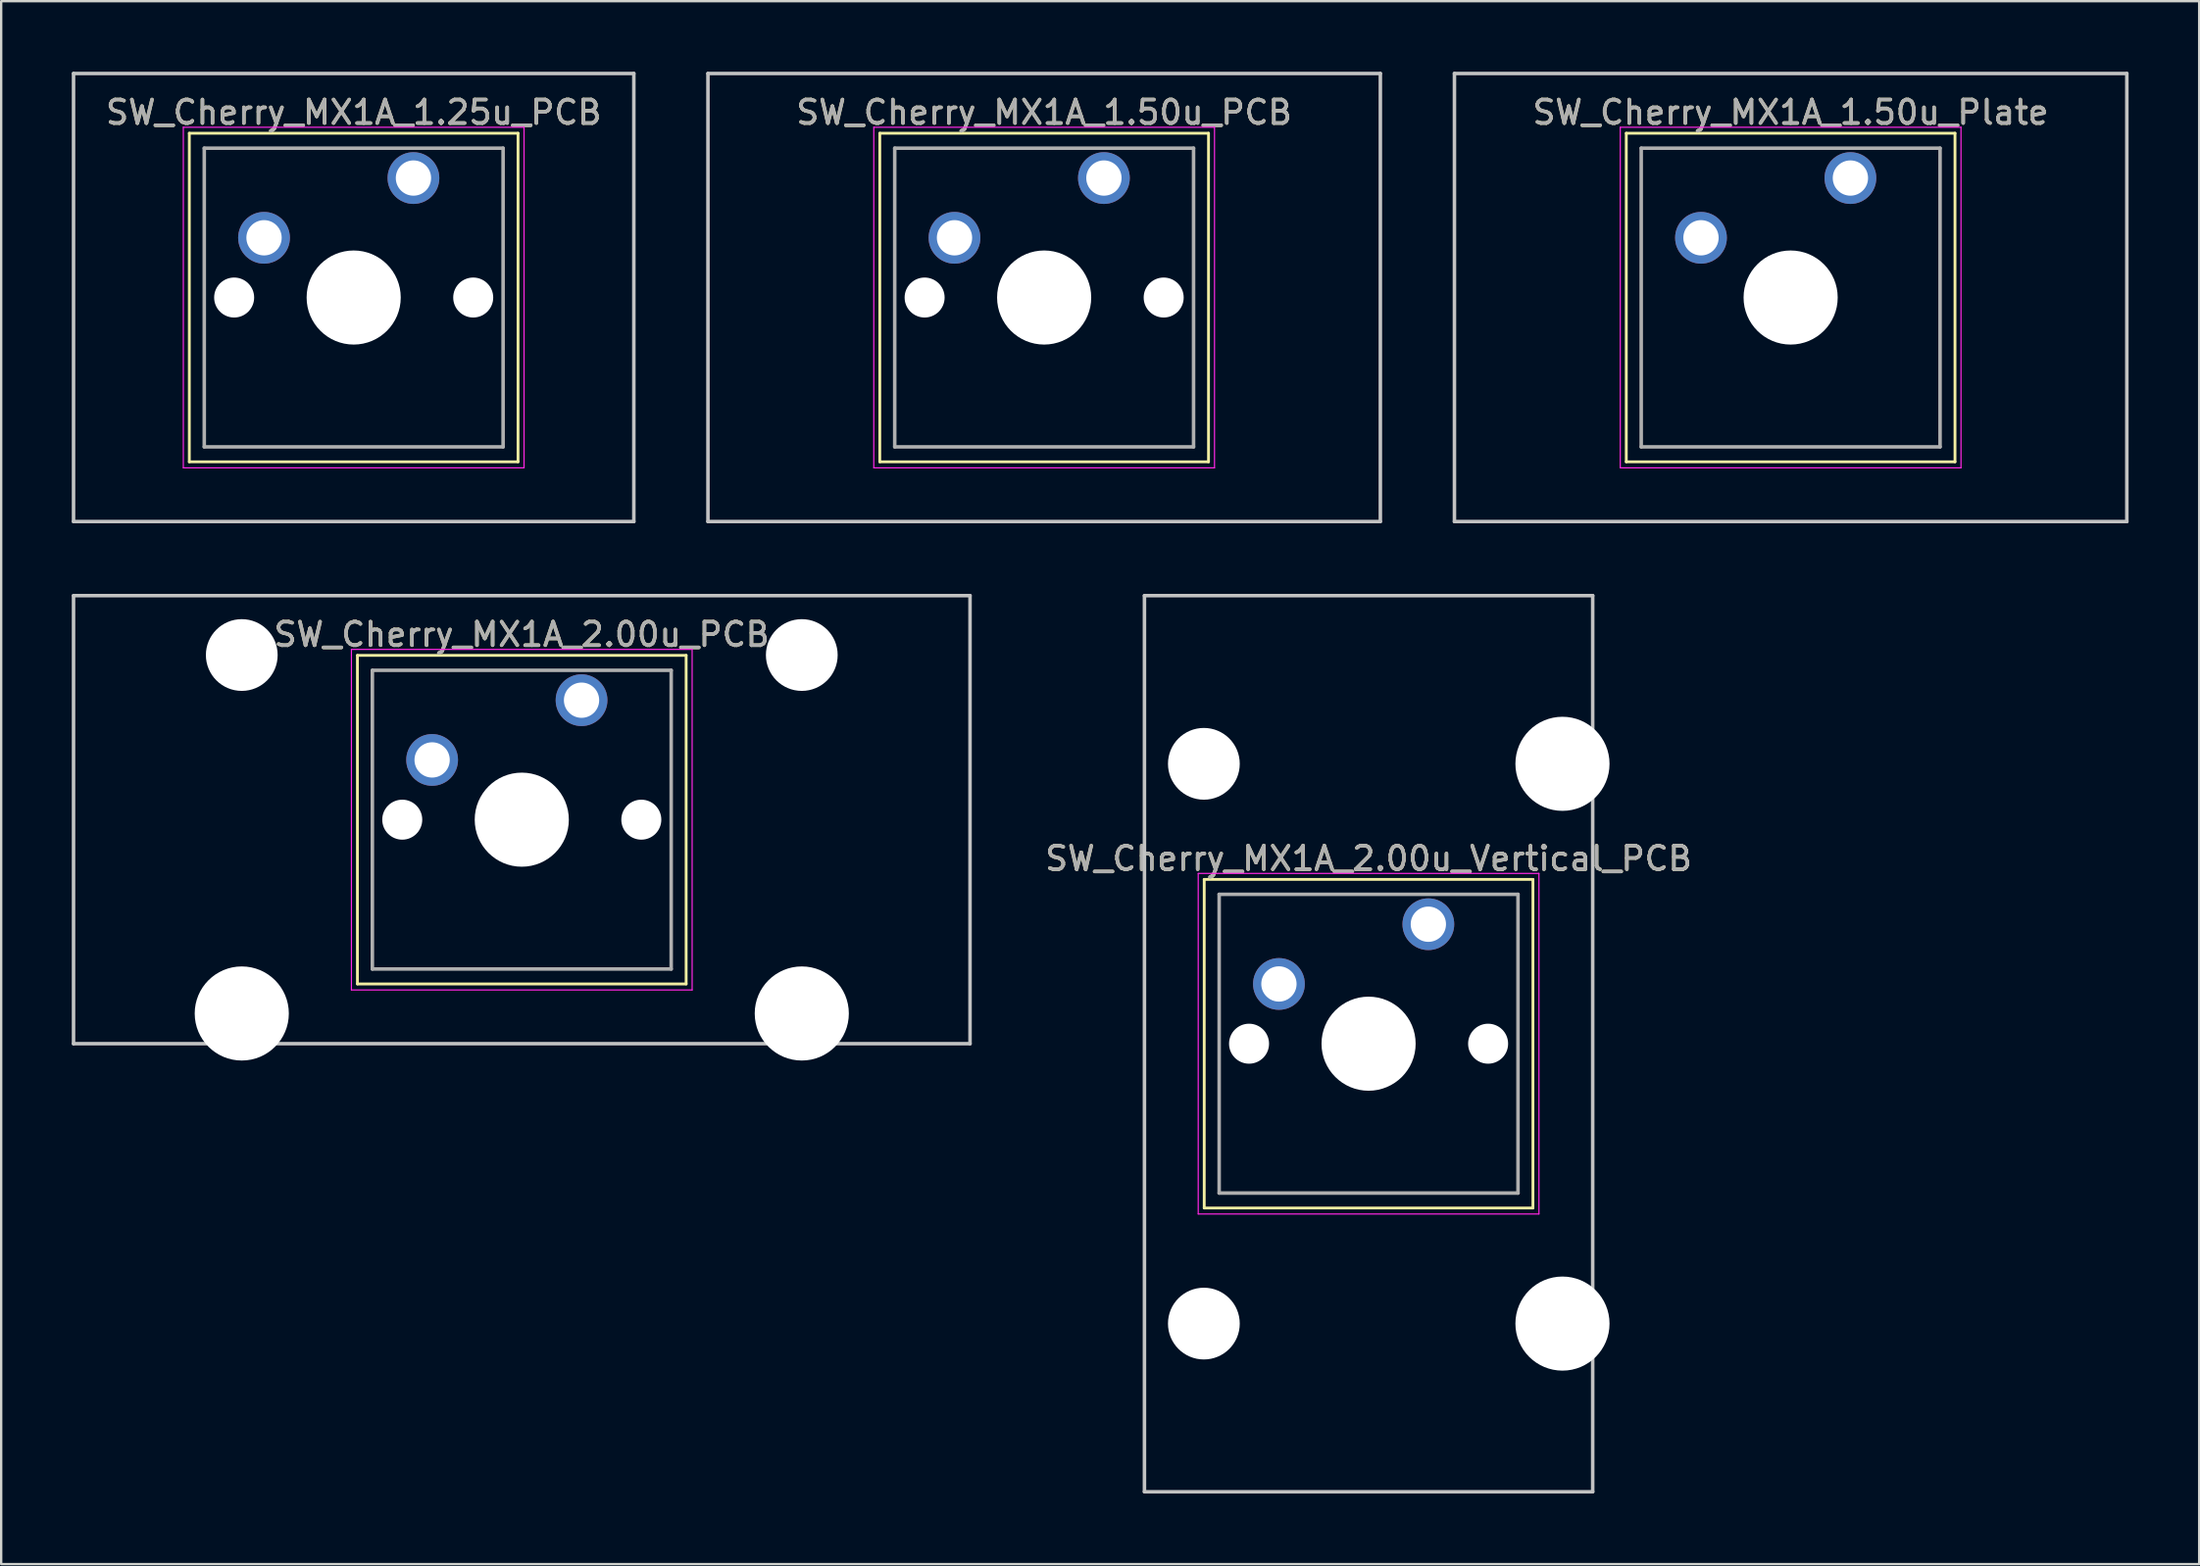
<source format=kicad_pcb>
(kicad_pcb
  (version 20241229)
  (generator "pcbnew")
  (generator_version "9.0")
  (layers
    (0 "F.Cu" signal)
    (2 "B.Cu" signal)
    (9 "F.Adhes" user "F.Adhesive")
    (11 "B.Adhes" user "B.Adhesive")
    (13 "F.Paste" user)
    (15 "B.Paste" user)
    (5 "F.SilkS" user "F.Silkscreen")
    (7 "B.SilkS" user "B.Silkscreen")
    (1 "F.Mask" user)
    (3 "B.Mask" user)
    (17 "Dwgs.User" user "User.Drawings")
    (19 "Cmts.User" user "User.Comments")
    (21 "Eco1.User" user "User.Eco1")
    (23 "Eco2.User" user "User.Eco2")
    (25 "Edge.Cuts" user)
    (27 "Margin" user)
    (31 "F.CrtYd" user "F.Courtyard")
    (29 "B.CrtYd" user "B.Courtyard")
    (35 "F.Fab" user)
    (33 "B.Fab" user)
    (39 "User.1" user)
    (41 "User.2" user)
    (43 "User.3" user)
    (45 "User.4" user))
  (footprint "SW_Cherry_MX1A_1.50u_PCB"
    (layer "F.Cu")
    (at 43.865 4.52)
    (property "Reference" "SW_Cherry_MX1A_1.50u_PCB" (at -2.54 -2.794 0) (layer "F.SilkS") (effects (font (size 1 1) (thickness 0.15))))
    (attr through_hole)
    (fp_line (start -9.525 -1.905) (end 4.445 -1.905) (stroke (width 0.12) (type solid)) (layer "F.SilkS"))
    (fp_line (start -9.525 12.065) (end -9.525 -1.905) (stroke (width 0.12) (type solid)) (layer "F.SilkS"))
    (fp_line (start 4.445 -1.905) (end 4.445 12.065) (stroke (width 0.12) (type solid)) (layer "F.SilkS"))
    (fp_line (start 4.445 12.065) (end -9.525 12.065) (stroke (width 0.12) (type solid)) (layer "F.SilkS"))
    (fp_line (start -16.828 -4.445) (end 11.748 -4.445) (stroke (width 0.15) (type solid)) (layer "Dwgs.User"))
    (fp_line (start -16.828 14.605) (end -16.828 -4.445) (stroke (width 0.15) (type solid)) (layer "Dwgs.User"))
    (fp_line (start 11.748 -4.445) (end 11.748 14.605) (stroke (width 0.15) (type solid)) (layer "Dwgs.User"))
    (fp_line (start 11.748 14.605) (end -16.828 14.605) (stroke (width 0.15) (type solid)) (layer "Dwgs.User"))
    (fp_line (start -9.78 -2.16) (end 4.7 -2.16) (stroke (width 0.05) (type solid)) (layer "F.CrtYd"))
    (fp_line (start -9.78 12.32) (end -9.78 -2.16) (stroke (width 0.05) (type solid)) (layer "F.CrtYd"))
    (fp_line (start 4.7 -2.16) (end 4.7 12.32) (stroke (width 0.05) (type solid)) (layer "F.CrtYd"))
    (fp_line (start 4.7 12.32) (end -9.78 12.32) (stroke (width 0.05) (type solid)) (layer "F.CrtYd"))
    (fp_line (start -8.89 -1.27) (end 3.81 -1.27) (stroke (width 0.15) (type solid)) (layer "F.Fab"))
    (fp_line (start -8.89 11.43) (end -8.89 -1.27) (stroke (width 0.15) (type solid)) (layer "F.Fab"))
    (fp_line (start 3.81 -1.27) (end 3.81 11.43) (stroke (width 0.15) (type solid)) (layer "F.Fab"))
    (fp_line (start 3.81 11.43) (end -8.89 11.43) (stroke (width 0.15) (type solid)) (layer "F.Fab"))
    (fp_text user "${REFERENCE}" (at -2.54 -2.794 0) (layer "F.Fab") (effects (font (size 1 1) (thickness 0.15))))
    (pad "" np_thru_hole circle (at -7.62 5.08) (size 1.7 1.7) (drill 1.7) (layers "*.Cu" "*.Mask"))
    (pad "" np_thru_hole circle (at -2.54 5.08) (size 4 4) (drill 4) (layers "*.Cu" "*.Mask"))
    (pad "" np_thru_hole circle (at 2.54 5.08) (size 1.7 1.7) (drill 1.7) (layers "*.Cu" "*.Mask"))
    (pad "1" thru_hole circle (at 0 0) (size 2.2 2.2) (drill 1.5) (layers "*.Cu" "*.Mask"))
    (pad "2" thru_hole circle (at -6.35 2.54) (size 2.2 2.2) (drill 1.5) (layers "*.Cu" "*.Mask")))
  (footprint "SW_Cherry_MX1A_2.00u_Vertical_PCB"
    (layer "F.Cu")
    (at 57.653 36.245)
    (property "Reference" "SW_Cherry_MX1A_2.00u_Vertical_PCB" (at -2.54 -2.794 0) (layer "F.SilkS") (effects (font (size 1 1) (thickness 0.15))))
    (attr through_hole)
    (fp_line (start -9.525 -1.905) (end 4.445 -1.905) (stroke (width 0.12) (type solid)) (layer "F.SilkS"))
    (fp_line (start -9.525 12.065) (end -9.525 -1.905) (stroke (width 0.12) (type solid)) (layer "F.SilkS"))
    (fp_line (start 4.445 -1.905) (end 4.445 12.065) (stroke (width 0.12) (type solid)) (layer "F.SilkS"))
    (fp_line (start 4.445 12.065) (end -9.525 12.065) (stroke (width 0.12) (type solid)) (layer "F.SilkS"))
    (fp_line (start -12.065 -13.97) (end 6.985 -13.97) (stroke (width 0.15) (type solid)) (layer "Dwgs.User"))
    (fp_line (start -12.065 24.13) (end -12.065 -13.97) (stroke (width 0.15) (type solid)) (layer "Dwgs.User"))
    (fp_line (start 6.985 -13.97) (end 6.985 24.13) (stroke (width 0.15) (type solid)) (layer "Dwgs.User"))
    (fp_line (start 6.985 24.13) (end -12.065 24.13) (stroke (width 0.15) (type solid)) (layer "Dwgs.User"))
    (fp_line (start -9.78 -2.16) (end 4.7 -2.16) (stroke (width 0.05) (type solid)) (layer "F.CrtYd"))
    (fp_line (start -9.78 12.32) (end -9.78 -2.16) (stroke (width 0.05) (type solid)) (layer "F.CrtYd"))
    (fp_line (start 4.7 -2.16) (end 4.7 12.32) (stroke (width 0.05) (type solid)) (layer "F.CrtYd"))
    (fp_line (start 4.7 12.32) (end -9.78 12.32) (stroke (width 0.05) (type solid)) (layer "F.CrtYd"))
    (fp_line (start -8.89 -1.27) (end 3.81 -1.27) (stroke (width 0.15) (type solid)) (layer "F.Fab"))
    (fp_line (start -8.89 11.43) (end -8.89 -1.27) (stroke (width 0.15) (type solid)) (layer "F.Fab"))
    (fp_line (start 3.81 -1.27) (end 3.81 11.43) (stroke (width 0.15) (type solid)) (layer "F.Fab"))
    (fp_line (start 3.81 11.43) (end -8.89 11.43) (stroke (width 0.15) (type solid)) (layer "F.Fab"))
    (fp_text user "${REFERENCE}" (at -2.54 -2.794 0) (layer "F.Fab") (effects (font (size 1 1) (thickness 0.15))))
    (pad "" np_thru_hole circle (at -9.54 -6.82) (size 3.05 3.05) (drill 3.05) (layers "*.Cu" "*.Mask"))
    (pad "" np_thru_hole circle (at -9.54 16.98) (size 3.05 3.05) (drill 3.05) (layers "*.Cu" "*.Mask"))
    (pad "" np_thru_hole circle (at -7.62 5.08) (size 1.7 1.7) (drill 1.7) (layers "*.Cu" "*.Mask"))
    (pad "" np_thru_hole circle (at -2.54 5.08) (size 4 4) (drill 4) (layers "*.Cu" "*.Mask"))
    (pad "" np_thru_hole circle (at 2.54 5.08) (size 1.7 1.7) (drill 1.7) (layers "*.Cu" "*.Mask"))
    (pad "" np_thru_hole circle (at 5.7 -6.82) (size 4 4) (drill 4) (layers "*.Cu" "*.Mask"))
    (pad "" np_thru_hole circle (at 5.7 16.98) (size 4 4) (drill 4) (layers "*.Cu" "*.Mask"))
    (pad "1" thru_hole circle (at 0 0) (size 2.2 2.2) (drill 1.5) (layers "*.Cu" "*.Mask"))
    (pad "2" thru_hole circle (at -6.35 2.54) (size 2.2 2.2) (drill 1.5) (layers "*.Cu" "*.Mask")))
  (footprint "SW_Cherry_MX1A_1.50u_Plate"
    (layer "F.Cu")
    (at 75.59 4.52)
    (property "Reference" "SW_Cherry_MX1A_1.50u_Plate" (at -2.54 -2.794 0) (layer "F.SilkS") (effects (font (size 1 1) (thickness 0.15))))
    (attr through_hole)
    (fp_line (start -9.525 -1.905) (end 4.445 -1.905) (stroke (width 0.12) (type solid)) (layer "F.SilkS"))
    (fp_line (start -9.525 12.065) (end -9.525 -1.905) (stroke (width 0.12) (type solid)) (layer "F.SilkS"))
    (fp_line (start 4.445 -1.905) (end 4.445 12.065) (stroke (width 0.12) (type solid)) (layer "F.SilkS"))
    (fp_line (start 4.445 12.065) (end -9.525 12.065) (stroke (width 0.12) (type solid)) (layer "F.SilkS"))
    (fp_line (start -16.828 -4.445) (end 11.748 -4.445) (stroke (width 0.15) (type solid)) (layer "Dwgs.User"))
    (fp_line (start -16.828 14.605) (end -16.828 -4.445) (stroke (width 0.15) (type solid)) (layer "Dwgs.User"))
    (fp_line (start 11.748 -4.445) (end 11.748 14.605) (stroke (width 0.15) (type solid)) (layer "Dwgs.User"))
    (fp_line (start 11.748 14.605) (end -16.828 14.605) (stroke (width 0.15) (type solid)) (layer "Dwgs.User"))
    (fp_line (start -9.78 -2.16) (end 4.7 -2.16) (stroke (width 0.05) (type solid)) (layer "F.CrtYd"))
    (fp_line (start -9.78 12.32) (end -9.78 -2.16) (stroke (width 0.05) (type solid)) (layer "F.CrtYd"))
    (fp_line (start 4.7 -2.16) (end 4.7 12.32) (stroke (width 0.05) (type solid)) (layer "F.CrtYd"))
    (fp_line (start 4.7 12.32) (end -9.78 12.32) (stroke (width 0.05) (type solid)) (layer "F.CrtYd"))
    (fp_line (start -8.89 -1.27) (end 3.81 -1.27) (stroke (width 0.15) (type solid)) (layer "F.Fab"))
    (fp_line (start -8.89 11.43) (end -8.89 -1.27) (stroke (width 0.15) (type solid)) (layer "F.Fab"))
    (fp_line (start 3.81 -1.27) (end 3.81 11.43) (stroke (width 0.15) (type solid)) (layer "F.Fab"))
    (fp_line (start 3.81 11.43) (end -8.89 11.43) (stroke (width 0.15) (type solid)) (layer "F.Fab"))
    (fp_text user "${REFERENCE}" (at -2.54 -2.794 0) (layer "F.Fab") (effects (font (size 1 1) (thickness 0.15))))
    (pad "" np_thru_hole circle (at -2.54 5.08) (size 4 4) (drill 4) (layers "*.Cu" "*.Mask"))
    (pad "1" thru_hole circle (at 0 0) (size 2.2 2.2) (drill 1.5) (layers "*.Cu" "*.Mask"))
    (pad "2" thru_hole circle (at -6.35 2.54) (size 2.2 2.2) (drill 1.5) (layers "*.Cu" "*.Mask")))
  (footprint "SW_Cherry_MX1A_1.25u_PCB"
    (layer "F.Cu")
    (at 14.521 4.52)
    (property "Reference" "SW_Cherry_MX1A_1.25u_PCB" (at -2.54 -2.794 0) (layer "F.SilkS") (effects (font (size 1 1) (thickness 0.15))))
    (attr through_hole)
    (fp_line (start -9.525 -1.905) (end 4.445 -1.905) (stroke (width 0.12) (type solid)) (layer "F.SilkS"))
    (fp_line (start -9.525 12.065) (end -9.525 -1.905) (stroke (width 0.12) (type solid)) (layer "F.SilkS"))
    (fp_line (start 4.445 -1.905) (end 4.445 12.065) (stroke (width 0.12) (type solid)) (layer "F.SilkS"))
    (fp_line (start 4.445 12.065) (end -9.525 12.065) (stroke (width 0.12) (type solid)) (layer "F.SilkS"))
    (fp_line (start -14.446 -4.445) (end 9.366 -4.445) (stroke (width 0.15) (type solid)) (layer "Dwgs.User"))
    (fp_line (start -14.446 14.605) (end -14.446 -4.445) (stroke (width 0.15) (type solid)) (layer "Dwgs.User"))
    (fp_line (start 9.366 -4.445) (end 9.366 14.605) (stroke (width 0.15) (type solid)) (layer "Dwgs.User"))
    (fp_line (start 9.366 14.605) (end -14.446 14.605) (stroke (width 0.15) (type solid)) (layer "Dwgs.User"))
    (fp_line (start -9.78 -2.16) (end 4.7 -2.16) (stroke (width 0.05) (type solid)) (layer "F.CrtYd"))
    (fp_line (start -9.78 12.32) (end -9.78 -2.16) (stroke (width 0.05) (type solid)) (layer "F.CrtYd"))
    (fp_line (start 4.7 -2.16) (end 4.7 12.32) (stroke (width 0.05) (type solid)) (layer "F.CrtYd"))
    (fp_line (start 4.7 12.32) (end -9.78 12.32) (stroke (width 0.05) (type solid)) (layer "F.CrtYd"))
    (fp_line (start -8.89 -1.27) (end 3.81 -1.27) (stroke (width 0.15) (type solid)) (layer "F.Fab"))
    (fp_line (start -8.89 11.43) (end -8.89 -1.27) (stroke (width 0.15) (type solid)) (layer "F.Fab"))
    (fp_line (start 3.81 -1.27) (end 3.81 11.43) (stroke (width 0.15) (type solid)) (layer "F.Fab"))
    (fp_line (start 3.81 11.43) (end -8.89 11.43) (stroke (width 0.15) (type solid)) (layer "F.Fab"))
    (fp_text user "${REFERENCE}" (at -2.54 -2.794 0) (layer "F.Fab") (effects (font (size 1 1) (thickness 0.15))))
    (pad "" np_thru_hole circle (at -7.62 5.08) (size 1.7 1.7) (drill 1.7) (layers "*.Cu" "*.Mask"))
    (pad "" np_thru_hole circle (at -2.54 5.08) (size 4 4) (drill 4) (layers "*.Cu" "*.Mask"))
    (pad "" np_thru_hole circle (at 2.54 5.08) (size 1.7 1.7) (drill 1.7) (layers "*.Cu" "*.Mask"))
    (pad "1" thru_hole circle (at 0 0) (size 2.2 2.2) (drill 1.5) (layers "*.Cu" "*.Mask"))
    (pad "2" thru_hole circle (at -6.35 2.54) (size 2.2 2.2) (drill 1.5) (layers "*.Cu" "*.Mask")))
  (footprint "SW_Cherry_MX1A_2.00u_PCB"
    (layer "F.Cu")
    (at 21.665 26.72)
    (property "Reference" "SW_Cherry_MX1A_2.00u_PCB" (at -2.54 -2.794 0) (layer "F.SilkS") (effects (font (size 1 1) (thickness 0.15))))
    (attr through_hole)
    (fp_line (start -9.525 -1.905) (end 4.445 -1.905) (stroke (width 0.12) (type solid)) (layer "F.SilkS"))
    (fp_line (start -9.525 12.065) (end -9.525 -1.905) (stroke (width 0.12) (type solid)) (layer "F.SilkS"))
    (fp_line (start 4.445 -1.905) (end 4.445 12.065) (stroke (width 0.12) (type solid)) (layer "F.SilkS"))
    (fp_line (start 4.445 12.065) (end -9.525 12.065) (stroke (width 0.12) (type solid)) (layer "F.SilkS"))
    (fp_line (start -21.59 -4.445) (end 16.51 -4.445) (stroke (width 0.15) (type solid)) (layer "Dwgs.User"))
    (fp_line (start -21.59 14.605) (end -21.59 -4.445) (stroke (width 0.15) (type solid)) (layer "Dwgs.User"))
    (fp_line (start 16.51 -4.445) (end 16.51 14.605) (stroke (width 0.15) (type solid)) (layer "Dwgs.User"))
    (fp_line (start 16.51 14.605) (end -21.59 14.605) (stroke (width 0.15) (type solid)) (layer "Dwgs.User"))
    (fp_line (start -9.78 -2.16) (end 4.7 -2.16) (stroke (width 0.05) (type solid)) (layer "F.CrtYd"))
    (fp_line (start -9.78 12.32) (end -9.78 -2.16) (stroke (width 0.05) (type solid)) (layer "F.CrtYd"))
    (fp_line (start 4.7 -2.16) (end 4.7 12.32) (stroke (width 0.05) (type solid)) (layer "F.CrtYd"))
    (fp_line (start 4.7 12.32) (end -9.78 12.32) (stroke (width 0.05) (type solid)) (layer "F.CrtYd"))
    (fp_line (start -8.89 -1.27) (end 3.81 -1.27) (stroke (width 0.15) (type solid)) (layer "F.Fab"))
    (fp_line (start -8.89 11.43) (end -8.89 -1.27) (stroke (width 0.15) (type solid)) (layer "F.Fab"))
    (fp_line (start 3.81 -1.27) (end 3.81 11.43) (stroke (width 0.15) (type solid)) (layer "F.Fab"))
    (fp_line (start 3.81 11.43) (end -8.89 11.43) (stroke (width 0.15) (type solid)) (layer "F.Fab"))
    (fp_text user "${REFERENCE}" (at -2.54 -2.794 0) (layer "F.Fab") (effects (font (size 1 1) (thickness 0.15))))
    (pad "" np_thru_hole circle (at -14.44 -1.92) (size 3.05 3.05) (drill 3.05) (layers "*.Cu" "*.Mask"))
    (pad "" np_thru_hole circle (at -14.44 13.32) (size 4 4) (drill 4) (layers "*.Cu" "*.Mask"))
    (pad "" np_thru_hole circle (at -7.62 5.08) (size 1.7 1.7) (drill 1.7) (layers "*.Cu" "*.Mask"))
    (pad "" np_thru_hole circle (at -2.54 5.08) (size 4 4) (drill 4) (layers "*.Cu" "*.Mask"))
    (pad "" np_thru_hole circle (at 2.54 5.08) (size 1.7 1.7) (drill 1.7) (layers "*.Cu" "*.Mask"))
    (pad "" np_thru_hole circle (at 9.36 -1.92) (size 3.05 3.05) (drill 3.05) (layers "*.Cu" "*.Mask"))
    (pad "" np_thru_hole circle (at 9.36 13.32) (size 4 4) (drill 4) (layers "*.Cu" "*.Mask"))
    (pad "1" thru_hole circle (at 0 0) (size 2.2 2.2) (drill 1.5) (layers "*.Cu" "*.Mask"))
    (pad "2" thru_hole circle (at -6.35 2.54) (size 2.2 2.2) (drill 1.5) (layers "*.Cu" "*.Mask")))
  (gr_rect
    (start -3 -3)
    (end 90.412 63.45)
    (stroke (width 0.1) (type default))
    (fill no)
    (layer "Edge.Cuts")))
</source>
